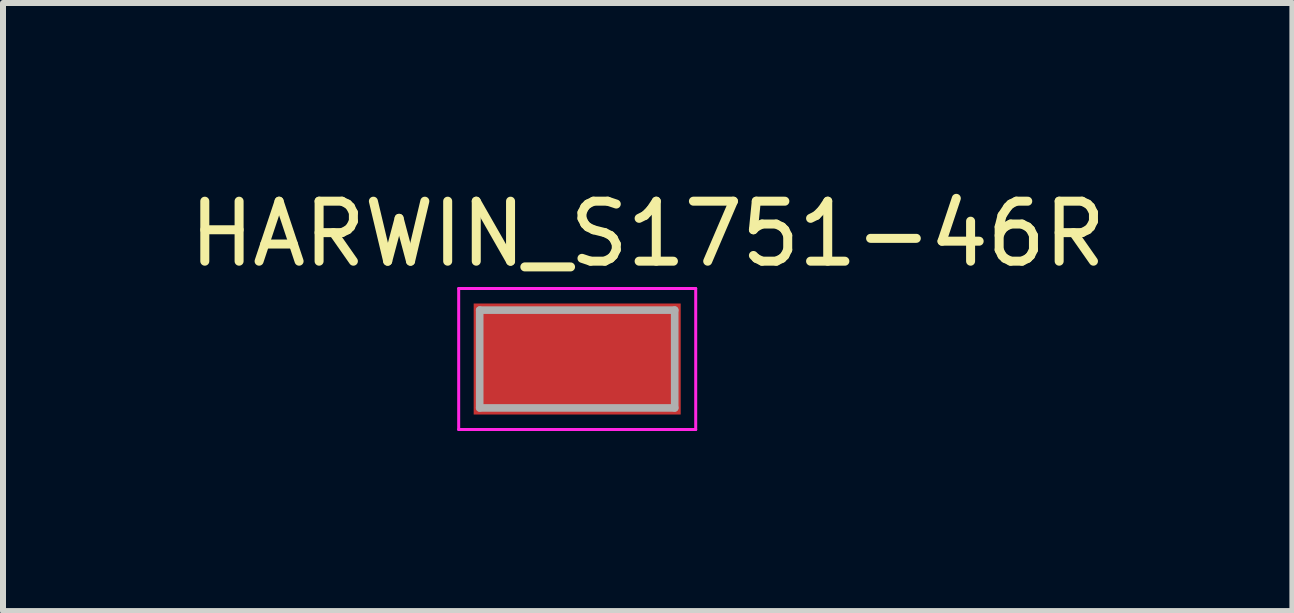
<source format=kicad_pcb>
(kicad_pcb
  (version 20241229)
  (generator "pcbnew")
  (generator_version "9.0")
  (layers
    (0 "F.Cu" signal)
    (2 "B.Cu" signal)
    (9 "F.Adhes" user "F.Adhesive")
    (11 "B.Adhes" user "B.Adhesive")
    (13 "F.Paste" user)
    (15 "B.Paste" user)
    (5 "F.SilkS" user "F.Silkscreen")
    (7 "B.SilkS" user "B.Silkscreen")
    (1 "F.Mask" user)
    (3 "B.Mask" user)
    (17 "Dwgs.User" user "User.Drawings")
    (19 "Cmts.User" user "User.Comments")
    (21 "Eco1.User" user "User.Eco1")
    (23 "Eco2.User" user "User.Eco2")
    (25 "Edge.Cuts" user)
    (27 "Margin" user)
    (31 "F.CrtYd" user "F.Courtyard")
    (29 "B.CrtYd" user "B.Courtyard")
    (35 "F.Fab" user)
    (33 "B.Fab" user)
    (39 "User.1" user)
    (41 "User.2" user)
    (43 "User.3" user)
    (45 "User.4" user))
  (footprint "HARWIN_S1751-46R"
    (layer "F.Cu")
    (at 6.569 2.933)
    (property "Reference" "HARWIN_S1751-46R" (at 1.175 -2.085 0) (layer "F.SilkS") (effects (font (size 1 1) (thickness 0.15))))
    (attr smd)
    (fp_line (start -1.975 -1.175) (end -1.975 1.175) (stroke (width 0.05) (type solid)) (layer "F.CrtYd"))
    (fp_line (start -1.975 1.175) (end 1.975 1.175) (stroke (width 0.05) (type solid)) (layer "F.CrtYd"))
    (fp_line (start 1.975 -1.175) (end -1.975 -1.175) (stroke (width 0.05) (type solid)) (layer "F.CrtYd"))
    (fp_line (start 1.975 1.175) (end 1.975 -1.175) (stroke (width 0.05) (type solid)) (layer "F.CrtYd"))
    (fp_line (start -1.625 -0.815) (end 1.625 -0.815) (stroke (width 0.127) (type solid)) (layer "F.Fab"))
    (fp_line (start -1.625 0.815) (end -1.625 -0.815) (stroke (width 0.127) (type solid)) (layer "F.Fab"))
    (fp_line (start 1.625 -0.815) (end 1.625 0.815) (stroke (width 0.127) (type solid)) (layer "F.Fab"))
    (fp_line (start 1.625 0.815) (end -1.625 0.815) (stroke (width 0.127) (type solid)) (layer "F.Fab"))
    (pad "1" smd rect (at 0 0) (size 3.45 1.85) (layers "F.Cu" "F.Mask" "F.Paste")))
  (gr_rect
    (start -3 -3)
    (end 18.488 7.133)
    (stroke (width 0.1) (type default))
    (fill no)
    (layer "Edge.Cuts")))
</source>
